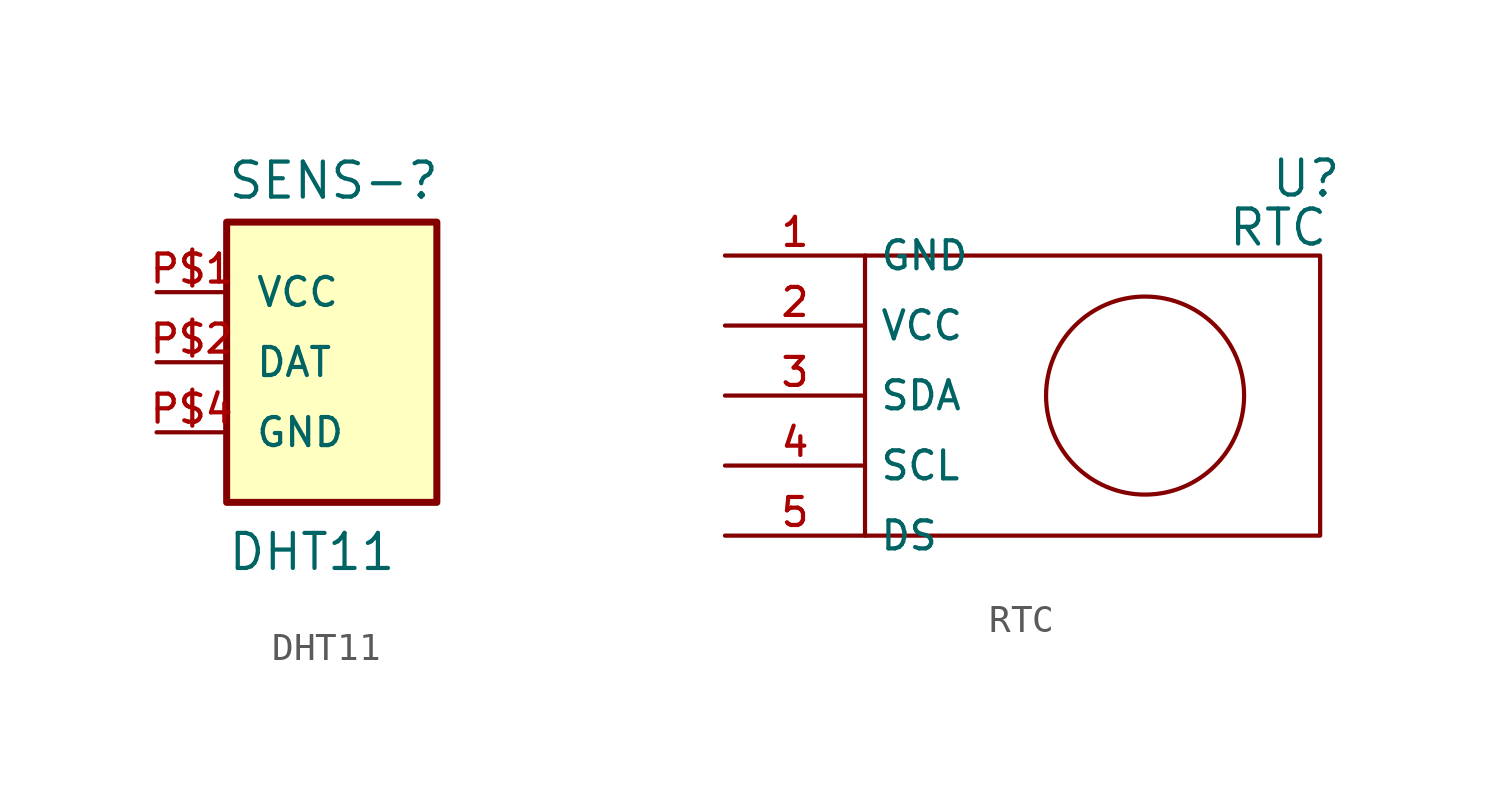
<source format=kicad_sym>
(kicad_symbol_lib
  (version 20231120)
  (generator "kicad_symbol_editor")
  (generator_version "8.0")
  (symbol "DHT11"
    (pin_names
      (offset 1.016))
    (property "Reference" "SENS-"
      (at 0 5.842 0)
      (effects (font (size 1.27 1.27)) (justify left bottom)))
    (property "Value" "DHT11"
      (at 0 -7.62 0)
      (effects (font (size 1.27 1.27)) (justify left bottom)))
    (symbol "DHT11_0_0"
      (rectangle (start 0 5.08) (end 7.62 -5.08) (stroke (width 0.254) (type default)) (fill (type background)))
      (pin bidirectional line (at -2.54 2.54 0) (length 2.54) (name "VCC" (effects (font (size 1.016 1.016)))) (number "P$1" (effects (font (size 1.016 1.016)))))
      (pin bidirectional line (at -2.54 0 0) (length 2.54) (name "DAT" (effects (font (size 1.016 1.016)))) (number "P$2" (effects (font (size 1.016 1.016)))))
      (pin bidirectional line (at -2.54 -2.54 0) (length 2.54) (name "GND" (effects (font (size 1.016 1.016)))) (number "P$4" (effects (font (size 1.016 1.016))))))
    (symbol "DHT11_1_0"
      (pin no_connect line (at 10.16 0 180) (length 2.54) hide (name "NC" (effects (font (size 1.016 1.016)))) (number "P$3" (effects (font (size 1.016 1.016)))))))
  (symbol "RTC"
    (property "Reference" "U"
      (at 5.842 7.874 0)
      (effects (font (size 1.27 1.27))))
    (property "Value" "RTC"
      (at 4.826 6.096 0)
      (effects (font (size 1.27 1.27))))
    (symbol "RTC_0_1"
      (rectangle (start -10.16 5.08) (end 6.35 -5.08) (stroke (width 0) (type default)) (fill (type none)))
      (circle (center 0 0) (radius 3.592) (stroke (width 0) (type default)) (fill (type none))))
    (symbol "RTC_1_0"
      (pin passive line (at -15.24 5.08 0) (length 5.08) (name "GND" (effects (font (size 1.016 1.016)))) (number "1" (effects (font (size 1.016 1.016)))))
      (pin passive line (at -15.24 2.54 0) (length 5.08) (name "VCC" (effects (font (size 1.016 1.016)))) (number "2" (effects (font (size 1.016 1.016)))))
      (pin passive line (at -15.24 0 0) (length 5.08) (name "SDA" (effects (font (size 1.016 1.016)))) (number "3" (effects (font (size 1.016 1.016)))))
      (pin passive line (at -15.24 -2.54 0) (length 5.08) (name "SCL" (effects (font (size 1.016 1.016)))) (number "4" (effects (font (size 1.016 1.016)))))
      (pin passive line (at -15.24 -5.08 0) (length 5.08) (name "DS" (effects (font (size 1.016 1.016)))) (number "5" (effects (font (size 1.016 1.016))))))))
</source>
